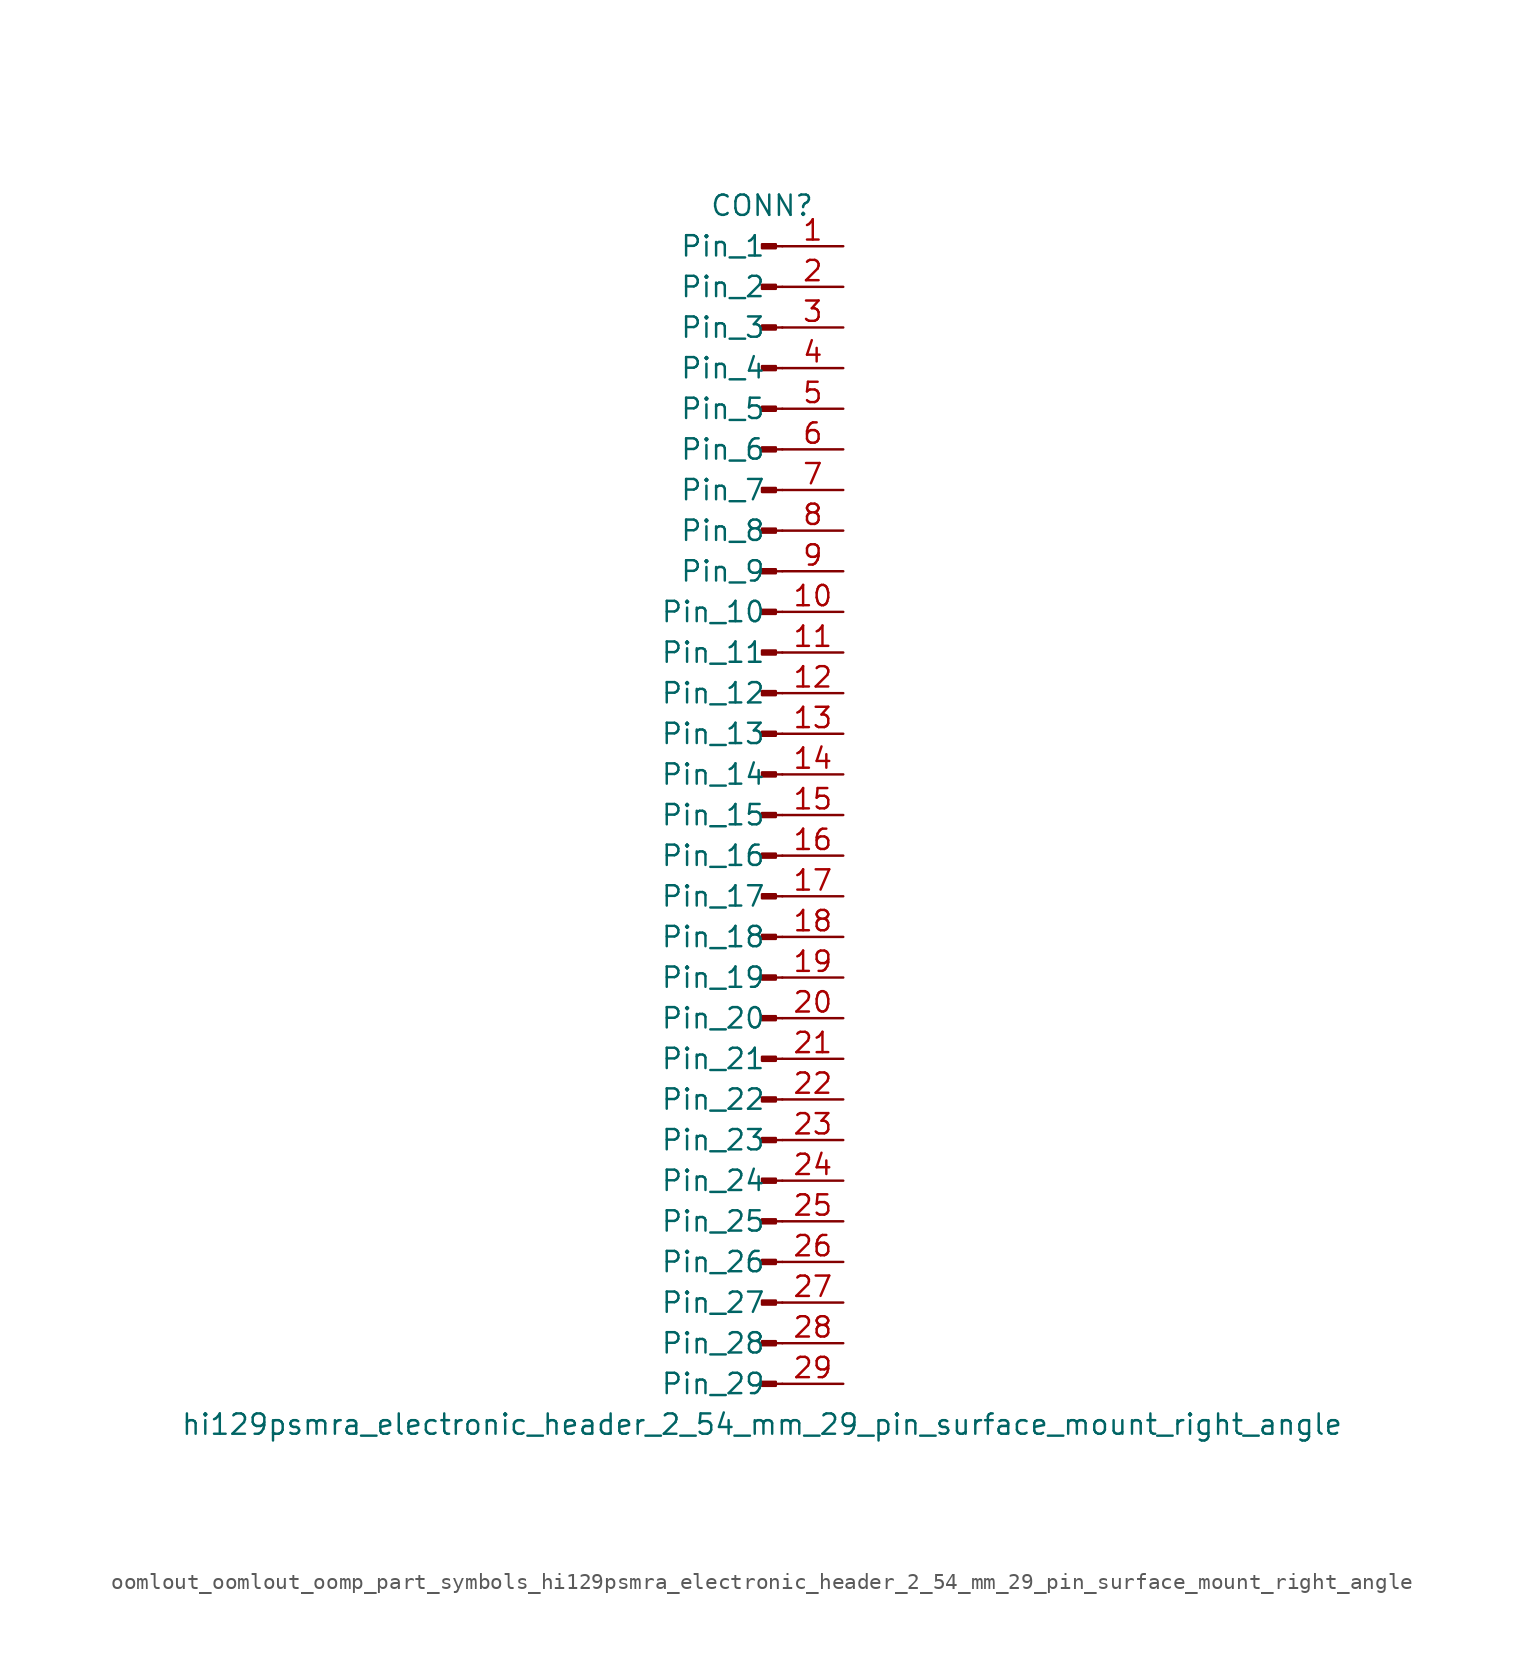
<source format=kicad_sym>
(kicad_symbol_lib
  (version 20220914)
  (generator kicad_symbol_editor)
  (symbol "oomlout_oomlout_oomp_part_symbols_hi129psmra_electronic_header_2_54_mm_29_pin_surface_mount_right_angle"
    (pin_names
      (offset 1.016))
    (property "Reference" "CONN"
      (at 0 38.1 0)
      (effects (font (size 1.27 1.27))))
    (property "Value" "hi129psmra_electronic_header_2_54_mm_29_pin_surface_mount_right_angle"
      (at 0 -38.1 0)
      (effects (font (size 1.27 1.27))))
    (property "ki_locked" ""
      (at 0 0 0)
      (effects (font (size 1.27 1.27))))
    (symbol "oomlout_oomlout_oomp_part_symbols_hi129psmra_electronic_header_2_54_mm_29_pin_surface_mount_right_angle_1_1"
      (polyline (pts (xy 1.27 -35.56) (xy 0.864 -35.56)) (stroke (width 0.152) (type default)) (fill (type none)))
      (polyline (pts (xy 1.27 -33.02) (xy 0.864 -33.02)) (stroke (width 0.152) (type default)) (fill (type none)))
      (polyline (pts (xy 1.27 -30.48) (xy 0.864 -30.48)) (stroke (width 0.152) (type default)) (fill (type none)))
      (polyline (pts (xy 1.27 -27.94) (xy 0.864 -27.94)) (stroke (width 0.152) (type default)) (fill (type none)))
      (polyline (pts (xy 1.27 -25.4) (xy 0.864 -25.4)) (stroke (width 0.152) (type default)) (fill (type none)))
      (polyline (pts (xy 1.27 -22.86) (xy 0.864 -22.86)) (stroke (width 0.152) (type default)) (fill (type none)))
      (polyline (pts (xy 1.27 -20.32) (xy 0.864 -20.32)) (stroke (width 0.152) (type default)) (fill (type none)))
      (polyline (pts (xy 1.27 -17.78) (xy 0.864 -17.78)) (stroke (width 0.152) (type default)) (fill (type none)))
      (polyline (pts (xy 1.27 -15.24) (xy 0.864 -15.24)) (stroke (width 0.152) (type default)) (fill (type none)))
      (polyline (pts (xy 1.27 -12.7) (xy 0.864 -12.7)) (stroke (width 0.152) (type default)) (fill (type none)))
      (polyline (pts (xy 1.27 -10.16) (xy 0.864 -10.16)) (stroke (width 0.152) (type default)) (fill (type none)))
      (polyline (pts (xy 1.27 -7.62) (xy 0.864 -7.62)) (stroke (width 0.152) (type default)) (fill (type none)))
      (polyline (pts (xy 1.27 -5.08) (xy 0.864 -5.08)) (stroke (width 0.152) (type default)) (fill (type none)))
      (polyline (pts (xy 1.27 -2.54) (xy 0.864 -2.54)) (stroke (width 0.152) (type default)) (fill (type none)))
      (polyline (pts (xy 1.27 0) (xy 0.864 0)) (stroke (width 0.152) (type default)) (fill (type none)))
      (polyline (pts (xy 1.27 2.54) (xy 0.864 2.54)) (stroke (width 0.152) (type default)) (fill (type none)))
      (polyline (pts (xy 1.27 5.08) (xy 0.864 5.08)) (stroke (width 0.152) (type default)) (fill (type none)))
      (polyline (pts (xy 1.27 7.62) (xy 0.864 7.62)) (stroke (width 0.152) (type default)) (fill (type none)))
      (polyline (pts (xy 1.27 10.16) (xy 0.864 10.16)) (stroke (width 0.152) (type default)) (fill (type none)))
      (polyline (pts (xy 1.27 12.7) (xy 0.864 12.7)) (stroke (width 0.152) (type default)) (fill (type none)))
      (polyline (pts (xy 1.27 15.24) (xy 0.864 15.24)) (stroke (width 0.152) (type default)) (fill (type none)))
      (polyline (pts (xy 1.27 17.78) (xy 0.864 17.78)) (stroke (width 0.152) (type default)) (fill (type none)))
      (polyline (pts (xy 1.27 20.32) (xy 0.864 20.32)) (stroke (width 0.152) (type default)) (fill (type none)))
      (polyline (pts (xy 1.27 22.86) (xy 0.864 22.86)) (stroke (width 0.152) (type default)) (fill (type none)))
      (polyline (pts (xy 1.27 25.4) (xy 0.864 25.4)) (stroke (width 0.152) (type default)) (fill (type none)))
      (polyline (pts (xy 1.27 27.94) (xy 0.864 27.94)) (stroke (width 0.152) (type default)) (fill (type none)))
      (polyline (pts (xy 1.27 30.48) (xy 0.864 30.48)) (stroke (width 0.152) (type default)) (fill (type none)))
      (polyline (pts (xy 1.27 33.02) (xy 0.864 33.02)) (stroke (width 0.152) (type default)) (fill (type none)))
      (polyline (pts (xy 1.27 35.56) (xy 0.864 35.56)) (stroke (width 0.152) (type default)) (fill (type none)))
      (rectangle (start 0.864 -35.433) (end 0 -35.687) (stroke (width 0.152) (type default)) (fill (type outline)))
      (rectangle (start 0.864 -32.893) (end 0 -33.147) (stroke (width 0.152) (type default)) (fill (type outline)))
      (rectangle (start 0.864 -30.353) (end 0 -30.607) (stroke (width 0.152) (type default)) (fill (type outline)))
      (rectangle (start 0.864 -27.813) (end 0 -28.067) (stroke (width 0.152) (type default)) (fill (type outline)))
      (rectangle (start 0.864 -25.273) (end 0 -25.527) (stroke (width 0.152) (type default)) (fill (type outline)))
      (rectangle (start 0.864 -22.733) (end 0 -22.987) (stroke (width 0.152) (type default)) (fill (type outline)))
      (rectangle (start 0.864 -20.193) (end 0 -20.447) (stroke (width 0.152) (type default)) (fill (type outline)))
      (rectangle (start 0.864 -17.653) (end 0 -17.907) (stroke (width 0.152) (type default)) (fill (type outline)))
      (rectangle (start 0.864 -15.113) (end 0 -15.367) (stroke (width 0.152) (type default)) (fill (type outline)))
      (rectangle (start 0.864 -12.573) (end 0 -12.827) (stroke (width 0.152) (type default)) (fill (type outline)))
      (rectangle (start 0.864 -10.033) (end 0 -10.287) (stroke (width 0.152) (type default)) (fill (type outline)))
      (rectangle (start 0.864 -7.493) (end 0 -7.747) (stroke (width 0.152) (type default)) (fill (type outline)))
      (rectangle (start 0.864 -4.953) (end 0 -5.207) (stroke (width 0.152) (type default)) (fill (type outline)))
      (rectangle (start 0.864 -2.413) (end 0 -2.667) (stroke (width 0.152) (type default)) (fill (type outline)))
      (rectangle (start 0.864 0.127) (end 0 -0.127) (stroke (width 0.152) (type default)) (fill (type outline)))
      (rectangle (start 0.864 2.667) (end 0 2.413) (stroke (width 0.152) (type default)) (fill (type outline)))
      (rectangle (start 0.864 5.207) (end 0 4.953) (stroke (width 0.152) (type default)) (fill (type outline)))
      (rectangle (start 0.864 7.747) (end 0 7.493) (stroke (width 0.152) (type default)) (fill (type outline)))
      (rectangle (start 0.864 10.287) (end 0 10.033) (stroke (width 0.152) (type default)) (fill (type outline)))
      (rectangle (start 0.864 12.827) (end 0 12.573) (stroke (width 0.152) (type default)) (fill (type outline)))
      (rectangle (start 0.864 15.367) (end 0 15.113) (stroke (width 0.152) (type default)) (fill (type outline)))
      (rectangle (start 0.864 17.907) (end 0 17.653) (stroke (width 0.152) (type default)) (fill (type outline)))
      (rectangle (start 0.864 20.447) (end 0 20.193) (stroke (width 0.152) (type default)) (fill (type outline)))
      (rectangle (start 0.864 22.987) (end 0 22.733) (stroke (width 0.152) (type default)) (fill (type outline)))
      (rectangle (start 0.864 25.527) (end 0 25.273) (stroke (width 0.152) (type default)) (fill (type outline)))
      (rectangle (start 0.864 28.067) (end 0 27.813) (stroke (width 0.152) (type default)) (fill (type outline)))
      (rectangle (start 0.864 30.607) (end 0 30.353) (stroke (width 0.152) (type default)) (fill (type outline)))
      (rectangle (start 0.864 33.147) (end 0 32.893) (stroke (width 0.152) (type default)) (fill (type outline)))
      (rectangle (start 0.864 35.687) (end 0 35.433) (stroke (width 0.152) (type default)) (fill (type outline)))
      (pin passive line (at 5.08 35.56 180) (length 3.81) (name "Pin_1" (effects (font (size 1.27 1.27)))) (number "1" (effects (font (size 1.27 1.27)))))
      (pin passive line (at 5.08 12.7 180) (length 3.81) (name "Pin_10" (effects (font (size 1.27 1.27)))) (number "10" (effects (font (size 1.27 1.27)))))
      (pin passive line (at 5.08 10.16 180) (length 3.81) (name "Pin_11" (effects (font (size 1.27 1.27)))) (number "11" (effects (font (size 1.27 1.27)))))
      (pin passive line (at 5.08 7.62 180) (length 3.81) (name "Pin_12" (effects (font (size 1.27 1.27)))) (number "12" (effects (font (size 1.27 1.27)))))
      (pin passive line (at 5.08 5.08 180) (length 3.81) (name "Pin_13" (effects (font (size 1.27 1.27)))) (number "13" (effects (font (size 1.27 1.27)))))
      (pin passive line (at 5.08 2.54 180) (length 3.81) (name "Pin_14" (effects (font (size 1.27 1.27)))) (number "14" (effects (font (size 1.27 1.27)))))
      (pin passive line (at 5.08 0 180) (length 3.81) (name "Pin_15" (effects (font (size 1.27 1.27)))) (number "15" (effects (font (size 1.27 1.27)))))
      (pin passive line (at 5.08 -2.54 180) (length 3.81) (name "Pin_16" (effects (font (size 1.27 1.27)))) (number "16" (effects (font (size 1.27 1.27)))))
      (pin passive line (at 5.08 -5.08 180) (length 3.81) (name "Pin_17" (effects (font (size 1.27 1.27)))) (number "17" (effects (font (size 1.27 1.27)))))
      (pin passive line (at 5.08 -7.62 180) (length 3.81) (name "Pin_18" (effects (font (size 1.27 1.27)))) (number "18" (effects (font (size 1.27 1.27)))))
      (pin passive line (at 5.08 -10.16 180) (length 3.81) (name "Pin_19" (effects (font (size 1.27 1.27)))) (number "19" (effects (font (size 1.27 1.27)))))
      (pin passive line (at 5.08 33.02 180) (length 3.81) (name "Pin_2" (effects (font (size 1.27 1.27)))) (number "2" (effects (font (size 1.27 1.27)))))
      (pin passive line (at 5.08 -12.7 180) (length 3.81) (name "Pin_20" (effects (font (size 1.27 1.27)))) (number "20" (effects (font (size 1.27 1.27)))))
      (pin passive line (at 5.08 -15.24 180) (length 3.81) (name "Pin_21" (effects (font (size 1.27 1.27)))) (number "21" (effects (font (size 1.27 1.27)))))
      (pin passive line (at 5.08 -17.78 180) (length 3.81) (name "Pin_22" (effects (font (size 1.27 1.27)))) (number "22" (effects (font (size 1.27 1.27)))))
      (pin passive line (at 5.08 -20.32 180) (length 3.81) (name "Pin_23" (effects (font (size 1.27 1.27)))) (number "23" (effects (font (size 1.27 1.27)))))
      (pin passive line (at 5.08 -22.86 180) (length 3.81) (name "Pin_24" (effects (font (size 1.27 1.27)))) (number "24" (effects (font (size 1.27 1.27)))))
      (pin passive line (at 5.08 -25.4 180) (length 3.81) (name "Pin_25" (effects (font (size 1.27 1.27)))) (number "25" (effects (font (size 1.27 1.27)))))
      (pin passive line (at 5.08 -27.94 180) (length 3.81) (name "Pin_26" (effects (font (size 1.27 1.27)))) (number "26" (effects (font (size 1.27 1.27)))))
      (pin passive line (at 5.08 -30.48 180) (length 3.81) (name "Pin_27" (effects (font (size 1.27 1.27)))) (number "27" (effects (font (size 1.27 1.27)))))
      (pin passive line (at 5.08 -33.02 180) (length 3.81) (name "Pin_28" (effects (font (size 1.27 1.27)))) (number "28" (effects (font (size 1.27 1.27)))))
      (pin passive line (at 5.08 -35.56 180) (length 3.81) (name "Pin_29" (effects (font (size 1.27 1.27)))) (number "29" (effects (font (size 1.27 1.27)))))
      (pin passive line (at 5.08 30.48 180) (length 3.81) (name "Pin_3" (effects (font (size 1.27 1.27)))) (number "3" (effects (font (size 1.27 1.27)))))
      (pin passive line (at 5.08 27.94 180) (length 3.81) (name "Pin_4" (effects (font (size 1.27 1.27)))) (number "4" (effects (font (size 1.27 1.27)))))
      (pin passive line (at 5.08 25.4 180) (length 3.81) (name "Pin_5" (effects (font (size 1.27 1.27)))) (number "5" (effects (font (size 1.27 1.27)))))
      (pin passive line (at 5.08 22.86 180) (length 3.81) (name "Pin_6" (effects (font (size 1.27 1.27)))) (number "6" (effects (font (size 1.27 1.27)))))
      (pin passive line (at 5.08 20.32 180) (length 3.81) (name "Pin_7" (effects (font (size 1.27 1.27)))) (number "7" (effects (font (size 1.27 1.27)))))
      (pin passive line (at 5.08 17.78 180) (length 3.81) (name "Pin_8" (effects (font (size 1.27 1.27)))) (number "8" (effects (font (size 1.27 1.27)))))
      (pin passive line (at 5.08 15.24 180) (length 3.81) (name "Pin_9" (effects (font (size 1.27 1.27)))) (number "9" (effects (font (size 1.27 1.27))))))))
</source>
